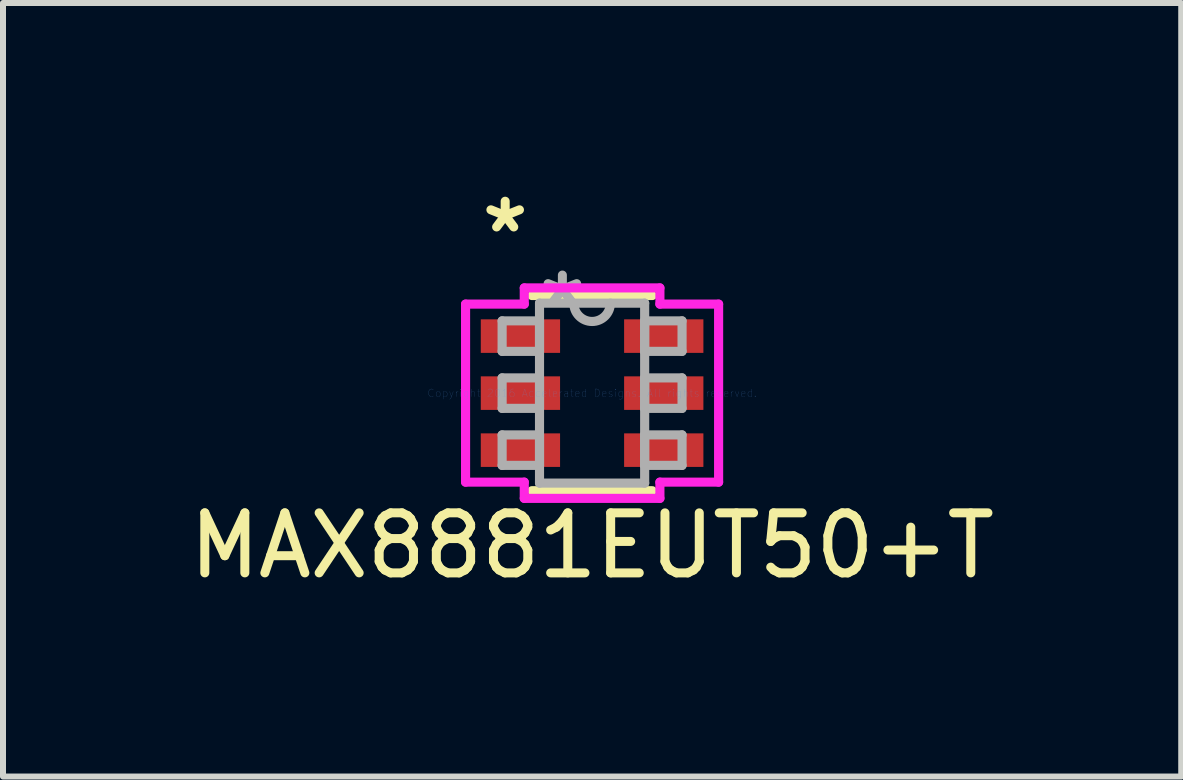
<source format=kicad_pcb>
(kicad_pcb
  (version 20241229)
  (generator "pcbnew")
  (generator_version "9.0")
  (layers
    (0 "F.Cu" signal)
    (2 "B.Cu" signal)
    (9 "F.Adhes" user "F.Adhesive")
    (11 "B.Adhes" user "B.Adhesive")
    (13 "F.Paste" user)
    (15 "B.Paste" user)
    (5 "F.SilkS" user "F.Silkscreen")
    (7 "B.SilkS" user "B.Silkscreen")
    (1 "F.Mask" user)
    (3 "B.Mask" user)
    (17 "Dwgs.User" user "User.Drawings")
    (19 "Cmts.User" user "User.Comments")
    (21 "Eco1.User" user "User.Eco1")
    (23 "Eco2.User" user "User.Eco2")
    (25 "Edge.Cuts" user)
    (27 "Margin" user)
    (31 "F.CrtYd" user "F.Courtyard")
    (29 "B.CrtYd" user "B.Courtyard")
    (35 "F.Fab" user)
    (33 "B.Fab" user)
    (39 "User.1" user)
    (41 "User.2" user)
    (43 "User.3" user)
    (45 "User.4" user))
  (footprint "MAX8881EUT50+T"
    (layer "F.Cu")
    (at 6.815 3.5)
    (property "Reference" "MAX8881EUT50+T" (at 0 2.54 0) (layer "F.SilkS") (effects (font (size 1 1) (thickness 0.15))))
    (attr through_hole)
    (fp_line (start -1.003 1.626) (end 1.003 1.626) (stroke (width 0.152) (type solid)) (layer "F.SilkS"))
    (fp_line (start 1.003 -1.626) (end -1.003 -1.626) (stroke (width 0.152) (type solid)) (layer "F.SilkS"))
    (fp_line (start -2.108 -1.483) (end -1.13 -1.483) (stroke (width 0.152) (type solid)) (layer "F.CrtYd"))
    (fp_line (start -2.108 1.483) (end -2.108 -1.483) (stroke (width 0.152) (type solid)) (layer "F.CrtYd"))
    (fp_line (start -1.13 -1.753) (end 1.13 -1.753) (stroke (width 0.152) (type solid)) (layer "F.CrtYd"))
    (fp_line (start -1.13 -1.483) (end -1.13 -1.753) (stroke (width 0.152) (type solid)) (layer "F.CrtYd"))
    (fp_line (start -1.13 1.483) (end -2.108 1.483) (stroke (width 0.152) (type solid)) (layer "F.CrtYd"))
    (fp_line (start -1.13 1.753) (end -1.13 1.483) (stroke (width 0.152) (type solid)) (layer "F.CrtYd"))
    (fp_line (start 1.13 -1.753) (end 1.13 -1.483) (stroke (width 0.152) (type solid)) (layer "F.CrtYd"))
    (fp_line (start 1.13 -1.483) (end 2.108 -1.483) (stroke (width 0.152) (type solid)) (layer "F.CrtYd"))
    (fp_line (start 1.13 1.483) (end 1.13 1.753) (stroke (width 0.152) (type solid)) (layer "F.CrtYd"))
    (fp_line (start 1.13 1.753) (end -1.13 1.753) (stroke (width 0.152) (type solid)) (layer "F.CrtYd"))
    (fp_line (start 2.108 -1.483) (end 2.108 1.483) (stroke (width 0.152) (type solid)) (layer "F.CrtYd"))
    (fp_line (start 2.108 1.483) (end 1.13 1.483) (stroke (width 0.152) (type solid)) (layer "F.CrtYd"))
    (fp_line (start -1.499 -1.204) (end -1.499 -0.696) (stroke (width 0.152) (type solid)) (layer "F.Fab"))
    (fp_line (start -1.499 -0.696) (end -0.876 -0.696) (stroke (width 0.152) (type solid)) (layer "F.Fab"))
    (fp_line (start -1.499 -0.254) (end -1.499 0.254) (stroke (width 0.152) (type solid)) (layer "F.Fab"))
    (fp_line (start -1.499 0.254) (end -0.876 0.254) (stroke (width 0.152) (type solid)) (layer "F.Fab"))
    (fp_line (start -1.499 0.696) (end -1.499 1.204) (stroke (width 0.152) (type solid)) (layer "F.Fab"))
    (fp_line (start -1.499 1.204) (end -0.876 1.204) (stroke (width 0.152) (type solid)) (layer "F.Fab"))
    (fp_line (start -0.876 -1.499) (end -0.876 1.499) (stroke (width 0.152) (type solid)) (layer "F.Fab"))
    (fp_line (start -0.876 -1.204) (end -1.499 -1.204) (stroke (width 0.152) (type solid)) (layer "F.Fab"))
    (fp_line (start -0.876 -0.696) (end -0.876 -1.204) (stroke (width 0.152) (type solid)) (layer "F.Fab"))
    (fp_line (start -0.876 -0.254) (end -1.499 -0.254) (stroke (width 0.152) (type solid)) (layer "F.Fab"))
    (fp_line (start -0.876 0.254) (end -0.876 -0.254) (stroke (width 0.152) (type solid)) (layer "F.Fab"))
    (fp_line (start -0.876 0.696) (end -1.499 0.696) (stroke (width 0.152) (type solid)) (layer "F.Fab"))
    (fp_line (start -0.876 1.204) (end -0.876 0.696) (stroke (width 0.152) (type solid)) (layer "F.Fab"))
    (fp_line (start -0.876 1.499) (end 0.876 1.499) (stroke (width 0.152) (type solid)) (layer "F.Fab"))
    (fp_line (start 0.876 -1.499) (end -0.876 -1.499) (stroke (width 0.152) (type solid)) (layer "F.Fab"))
    (fp_line (start 0.876 -1.204) (end 0.876 -0.696) (stroke (width 0.152) (type solid)) (layer "F.Fab"))
    (fp_line (start 0.876 -0.696) (end 1.499 -0.696) (stroke (width 0.152) (type solid)) (layer "F.Fab"))
    (fp_line (start 0.876 -0.254) (end 0.876 0.254) (stroke (width 0.152) (type solid)) (layer "F.Fab"))
    (fp_line (start 0.876 0.254) (end 1.499 0.254) (stroke (width 0.152) (type solid)) (layer "F.Fab"))
    (fp_line (start 0.876 0.696) (end 0.876 1.204) (stroke (width 0.152) (type solid)) (layer "F.Fab"))
    (fp_line (start 0.876 1.204) (end 1.499 1.204) (stroke (width 0.152) (type solid)) (layer "F.Fab"))
    (fp_line (start 0.876 1.499) (end 0.876 -1.499) (stroke (width 0.152) (type solid)) (layer "F.Fab"))
    (fp_line (start 1.499 -1.204) (end 0.876 -1.204) (stroke (width 0.152) (type solid)) (layer "F.Fab"))
    (fp_line (start 1.499 -0.696) (end 1.499 -1.204) (stroke (width 0.152) (type solid)) (layer "F.Fab"))
    (fp_line (start 1.499 -0.254) (end 0.876 -0.254) (stroke (width 0.152) (type solid)) (layer "F.Fab"))
    (fp_line (start 1.499 0.254) (end 1.499 -0.254) (stroke (width 0.152) (type solid)) (layer "F.Fab"))
    (fp_line (start 1.499 0.696) (end 0.876 0.696) (stroke (width 0.152) (type solid)) (layer "F.Fab"))
    (fp_line (start 1.499 1.204) (end 1.499 0.696) (stroke (width 0.152) (type solid)) (layer "F.Fab"))
    (fp_arc (start 0.3048 -1.4986) (mid 0 -1.1938) (end -0.3048 -1.4986) (stroke (width 0.1524) (type solid)) (layer "F.Fab"))
    (fp_text user "*" (at -1.448 -2.652 0) (layer "F.SilkS") (effects (font (size 1 1) (thickness 0.15))))
    (fp_text user "Copyright 2016 Accelerated Designs. All rights reserved." (at 0 0 0) (layer "Cmts.User") (effects (font (size 0.127 0.127) (thickness 0.002))))
    (fp_text user "*" (at -0.495 -1.422 0) (layer "F.Fab") (effects (font (size 1 1) (thickness 0.15))))
    (pad "1" smd rect (at -1.194 -0.95) (size 1.321 0.559) (layers "F.Cu" "F.Mask" "F.Paste"))
    (pad "2" smd rect (at -1.194 0) (size 1.321 0.559) (layers "F.Cu" "F.Mask" "F.Paste"))
    (pad "3" smd rect (at -1.194 0.95) (size 1.321 0.559) (layers "F.Cu" "F.Mask" "F.Paste"))
    (pad "4" smd rect (at 1.194 0.95) (size 1.321 0.559) (layers "F.Cu" "F.Mask" "F.Paste"))
    (pad "5" smd rect (at 1.194 0) (size 1.321 0.559) (layers "F.Cu" "F.Mask" "F.Paste"))
    (pad "6" smd rect (at 1.194 -0.95) (size 1.321 0.559) (layers "F.Cu" "F.Mask" "F.Paste")))
  (gr_rect
    (start -3 -3)
    (end 16.631 9.888)
    (stroke (width 0.1) (type default))
    (fill no)
    (layer "Edge.Cuts")))
</source>
